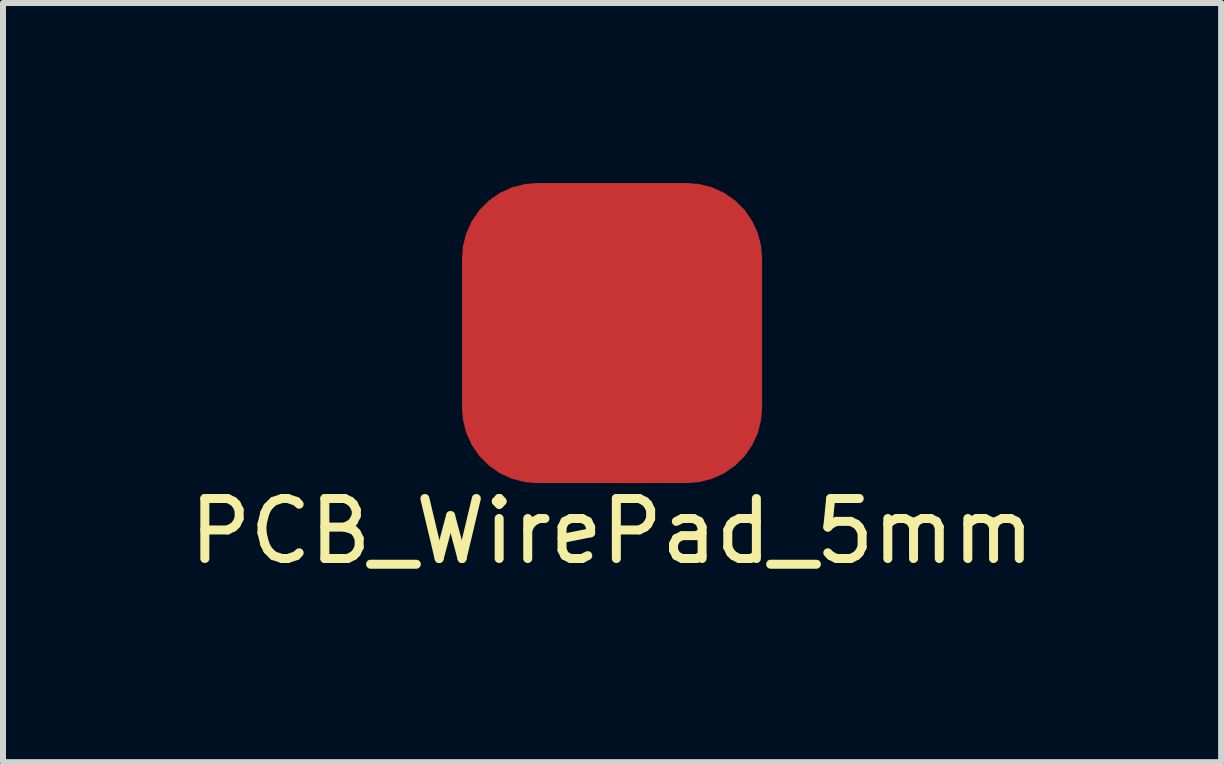
<source format=kicad_pcb>
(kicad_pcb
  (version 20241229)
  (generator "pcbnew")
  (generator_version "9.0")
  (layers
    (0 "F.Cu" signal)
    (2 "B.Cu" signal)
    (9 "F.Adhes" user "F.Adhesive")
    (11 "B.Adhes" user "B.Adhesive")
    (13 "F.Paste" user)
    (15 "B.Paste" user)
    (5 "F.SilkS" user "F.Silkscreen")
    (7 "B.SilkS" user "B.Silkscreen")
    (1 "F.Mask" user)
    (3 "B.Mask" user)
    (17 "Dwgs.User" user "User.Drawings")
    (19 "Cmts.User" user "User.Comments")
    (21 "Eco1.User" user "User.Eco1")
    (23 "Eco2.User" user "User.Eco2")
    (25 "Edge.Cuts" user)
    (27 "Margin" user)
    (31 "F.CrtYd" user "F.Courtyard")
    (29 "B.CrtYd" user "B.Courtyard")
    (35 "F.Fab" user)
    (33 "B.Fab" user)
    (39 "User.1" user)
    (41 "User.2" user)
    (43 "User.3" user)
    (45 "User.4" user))
  (footprint "PCB_WirePad_5mm"
    (layer "F.Cu")
    (at 7.149 2.5)
    (property "Reference" "PCB_WirePad_5mm" (at 0 3.302 0) (layer "F.SilkS") (effects (font (size 1 1) (thickness 0.15))))
    (attr through_hole)
    (pad "1" smd roundrect (at 0 0) (size 5 5) (layers "F.Cu" "F.Mask" "F.Paste") (roundrect_rratio 0.25)))
  (gr_rect
    (start -3 -3)
    (end 17.298 9.65)
    (stroke (width 0.1) (type default))
    (fill no)
    (layer "Edge.Cuts")))
</source>
